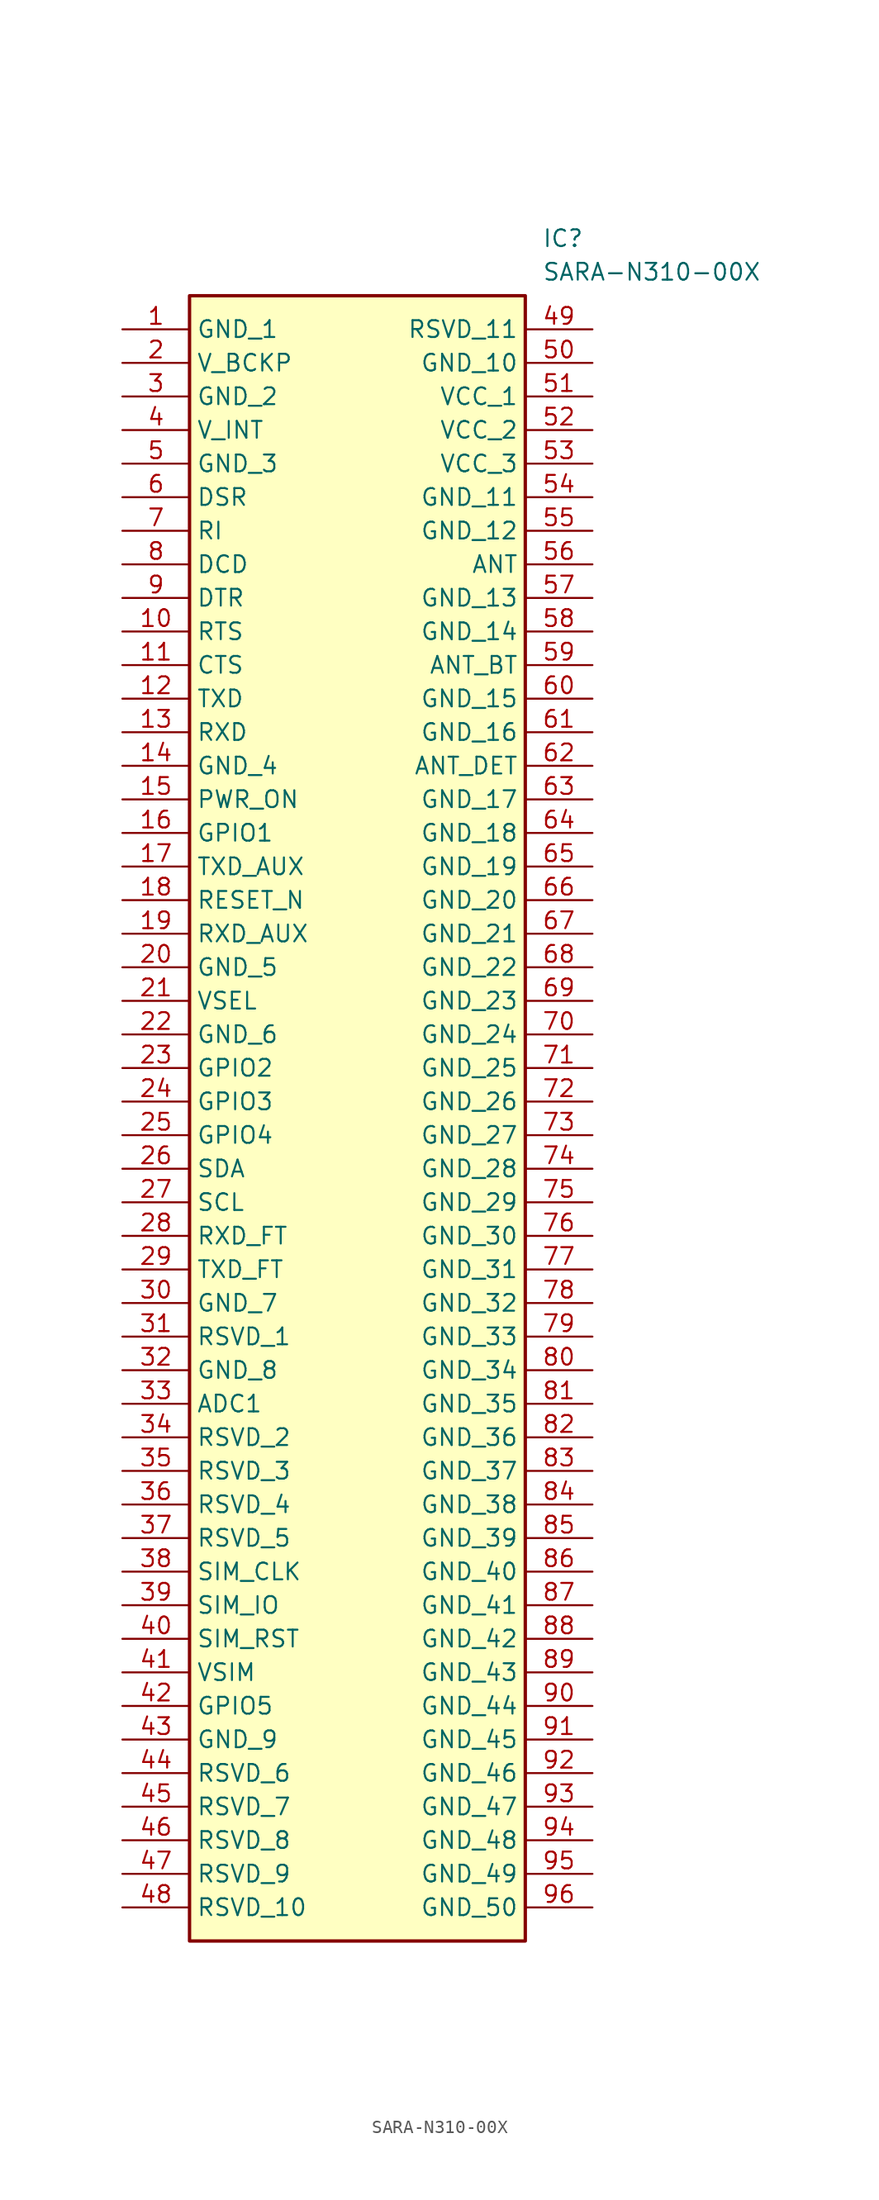
<source format=kicad_sym>
(kicad_symbol_lib
  (version 20211014)
  (generator SamacSys_ECAD_Model)
  (symbol "SARA-N310-00X"
    (property "Reference" "IC"
      (at 31.75 7.62 0)
      (effects (font (size 1.27 1.27)) (justify left top)))
    (property "Value" "SARA-N310-00X"
      (at 31.75 5.08 0)
      (effects (font (size 1.27 1.27)) (justify left top)))
    (rectangle
      (start 5.08 2.54)
      (end 30.48 -121.92)
      (stroke (width 0.254) (type default))
      (fill (type background)))
    (pin passive line
      (at 0 0 0)
      (length 5.08)
      (name "GND_1" (effects (font (size 1.27 1.27))))
      (number "1" (effects (font (size 1.27 1.27)))))
    (pin passive line
      (at 0 -2.54 0)
      (length 5.08)
      (name "V_BCKP" (effects (font (size 1.27 1.27))))
      (number "2" (effects (font (size 1.27 1.27)))))
    (pin passive line
      (at 0 -5.08 0)
      (length 5.08)
      (name "GND_2" (effects (font (size 1.27 1.27))))
      (number "3" (effects (font (size 1.27 1.27)))))
    (pin passive line
      (at 0 -7.62 0)
      (length 5.08)
      (name "V_INT" (effects (font (size 1.27 1.27))))
      (number "4" (effects (font (size 1.27 1.27)))))
    (pin passive line
      (at 0 -10.16 0)
      (length 5.08)
      (name "GND_3" (effects (font (size 1.27 1.27))))
      (number "5" (effects (font (size 1.27 1.27)))))
    (pin passive line
      (at 0 -12.7 0)
      (length 5.08)
      (name "DSR" (effects (font (size 1.27 1.27))))
      (number "6" (effects (font (size 1.27 1.27)))))
    (pin passive line
      (at 0 -15.24 0)
      (length 5.08)
      (name "RI" (effects (font (size 1.27 1.27))))
      (number "7" (effects (font (size 1.27 1.27)))))
    (pin passive line
      (at 0 -17.78 0)
      (length 5.08)
      (name "DCD" (effects (font (size 1.27 1.27))))
      (number "8" (effects (font (size 1.27 1.27)))))
    (pin passive line
      (at 0 -20.32 0)
      (length 5.08)
      (name "DTR" (effects (font (size 1.27 1.27))))
      (number "9" (effects (font (size 1.27 1.27)))))
    (pin passive line
      (at 0 -22.86 0)
      (length 5.08)
      (name "RTS" (effects (font (size 1.27 1.27))))
      (number "10" (effects (font (size 1.27 1.27)))))
    (pin passive line
      (at 0 -25.4 0)
      (length 5.08)
      (name "CTS" (effects (font (size 1.27 1.27))))
      (number "11" (effects (font (size 1.27 1.27)))))
    (pin passive line
      (at 0 -27.94 0)
      (length 5.08)
      (name "TXD" (effects (font (size 1.27 1.27))))
      (number "12" (effects (font (size 1.27 1.27)))))
    (pin passive line
      (at 0 -30.48 0)
      (length 5.08)
      (name "RXD" (effects (font (size 1.27 1.27))))
      (number "13" (effects (font (size 1.27 1.27)))))
    (pin passive line
      (at 0 -33.02 0)
      (length 5.08)
      (name "GND_4" (effects (font (size 1.27 1.27))))
      (number "14" (effects (font (size 1.27 1.27)))))
    (pin passive line
      (at 0 -35.56 0)
      (length 5.08)
      (name "PWR_ON" (effects (font (size 1.27 1.27))))
      (number "15" (effects (font (size 1.27 1.27)))))
    (pin passive line
      (at 0 -38.1 0)
      (length 5.08)
      (name "GPIO1" (effects (font (size 1.27 1.27))))
      (number "16" (effects (font (size 1.27 1.27)))))
    (pin passive line
      (at 0 -40.64 0)
      (length 5.08)
      (name "TXD_AUX" (effects (font (size 1.27 1.27))))
      (number "17" (effects (font (size 1.27 1.27)))))
    (pin passive line
      (at 0 -43.18 0)
      (length 5.08)
      (name "RESET_N" (effects (font (size 1.27 1.27))))
      (number "18" (effects (font (size 1.27 1.27)))))
    (pin passive line
      (at 0 -45.72 0)
      (length 5.08)
      (name "RXD_AUX" (effects (font (size 1.27 1.27))))
      (number "19" (effects (font (size 1.27 1.27)))))
    (pin passive line
      (at 0 -48.26 0)
      (length 5.08)
      (name "GND_5" (effects (font (size 1.27 1.27))))
      (number "20" (effects (font (size 1.27 1.27)))))
    (pin passive line
      (at 0 -50.8 0)
      (length 5.08)
      (name "VSEL" (effects (font (size 1.27 1.27))))
      (number "21" (effects (font (size 1.27 1.27)))))
    (pin passive line
      (at 0 -53.34 0)
      (length 5.08)
      (name "GND_6" (effects (font (size 1.27 1.27))))
      (number "22" (effects (font (size 1.27 1.27)))))
    (pin passive line
      (at 0 -55.88 0)
      (length 5.08)
      (name "GPIO2" (effects (font (size 1.27 1.27))))
      (number "23" (effects (font (size 1.27 1.27)))))
    (pin passive line
      (at 0 -58.42 0)
      (length 5.08)
      (name "GPIO3" (effects (font (size 1.27 1.27))))
      (number "24" (effects (font (size 1.27 1.27)))))
    (pin passive line
      (at 0 -60.96 0)
      (length 5.08)
      (name "GPIO4" (effects (font (size 1.27 1.27))))
      (number "25" (effects (font (size 1.27 1.27)))))
    (pin passive line
      (at 0 -63.5 0)
      (length 5.08)
      (name "SDA" (effects (font (size 1.27 1.27))))
      (number "26" (effects (font (size 1.27 1.27)))))
    (pin passive line
      (at 0 -66.04 0)
      (length 5.08)
      (name "SCL" (effects (font (size 1.27 1.27))))
      (number "27" (effects (font (size 1.27 1.27)))))
    (pin passive line
      (at 0 -68.58 0)
      (length 5.08)
      (name "RXD_FT" (effects (font (size 1.27 1.27))))
      (number "28" (effects (font (size 1.27 1.27)))))
    (pin passive line
      (at 0 -71.12 0)
      (length 5.08)
      (name "TXD_FT" (effects (font (size 1.27 1.27))))
      (number "29" (effects (font (size 1.27 1.27)))))
    (pin passive line
      (at 0 -73.66 0)
      (length 5.08)
      (name "GND_7" (effects (font (size 1.27 1.27))))
      (number "30" (effects (font (size 1.27 1.27)))))
    (pin passive line
      (at 0 -76.2 0)
      (length 5.08)
      (name "RSVD_1" (effects (font (size 1.27 1.27))))
      (number "31" (effects (font (size 1.27 1.27)))))
    (pin passive line
      (at 0 -78.74 0)
      (length 5.08)
      (name "GND_8" (effects (font (size 1.27 1.27))))
      (number "32" (effects (font (size 1.27 1.27)))))
    (pin passive line
      (at 0 -81.28 0)
      (length 5.08)
      (name "ADC1" (effects (font (size 1.27 1.27))))
      (number "33" (effects (font (size 1.27 1.27)))))
    (pin passive line
      (at 0 -83.82 0)
      (length 5.08)
      (name "RSVD_2" (effects (font (size 1.27 1.27))))
      (number "34" (effects (font (size 1.27 1.27)))))
    (pin passive line
      (at 0 -86.36 0)
      (length 5.08)
      (name "RSVD_3" (effects (font (size 1.27 1.27))))
      (number "35" (effects (font (size 1.27 1.27)))))
    (pin passive line
      (at 0 -88.9 0)
      (length 5.08)
      (name "RSVD_4" (effects (font (size 1.27 1.27))))
      (number "36" (effects (font (size 1.27 1.27)))))
    (pin passive line
      (at 0 -91.44 0)
      (length 5.08)
      (name "RSVD_5" (effects (font (size 1.27 1.27))))
      (number "37" (effects (font (size 1.27 1.27)))))
    (pin passive line
      (at 0 -93.98 0)
      (length 5.08)
      (name "SIM_CLK" (effects (font (size 1.27 1.27))))
      (number "38" (effects (font (size 1.27 1.27)))))
    (pin passive line
      (at 0 -96.52 0)
      (length 5.08)
      (name "SIM_IO" (effects (font (size 1.27 1.27))))
      (number "39" (effects (font (size 1.27 1.27)))))
    (pin passive line
      (at 0 -99.06 0)
      (length 5.08)
      (name "SIM_RST" (effects (font (size 1.27 1.27))))
      (number "40" (effects (font (size 1.27 1.27)))))
    (pin passive line
      (at 0 -101.6 0)
      (length 5.08)
      (name "VSIM" (effects (font (size 1.27 1.27))))
      (number "41" (effects (font (size 1.27 1.27)))))
    (pin passive line
      (at 0 -104.14 0)
      (length 5.08)
      (name "GPIO5" (effects (font (size 1.27 1.27))))
      (number "42" (effects (font (size 1.27 1.27)))))
    (pin passive line
      (at 0 -106.68 0)
      (length 5.08)
      (name "GND_9" (effects (font (size 1.27 1.27))))
      (number "43" (effects (font (size 1.27 1.27)))))
    (pin passive line
      (at 0 -109.22 0)
      (length 5.08)
      (name "RSVD_6" (effects (font (size 1.27 1.27))))
      (number "44" (effects (font (size 1.27 1.27)))))
    (pin passive line
      (at 0 -111.76 0)
      (length 5.08)
      (name "RSVD_7" (effects (font (size 1.27 1.27))))
      (number "45" (effects (font (size 1.27 1.27)))))
    (pin passive line
      (at 0 -114.3 0)
      (length 5.08)
      (name "RSVD_8" (effects (font (size 1.27 1.27))))
      (number "46" (effects (font (size 1.27 1.27)))))
    (pin passive line
      (at 0 -116.84 0)
      (length 5.08)
      (name "RSVD_9" (effects (font (size 1.27 1.27))))
      (number "47" (effects (font (size 1.27 1.27)))))
    (pin passive line
      (at 0 -119.38 0)
      (length 5.08)
      (name "RSVD_10" (effects (font (size 1.27 1.27))))
      (number "48" (effects (font (size 1.27 1.27)))))
    (pin passive line
      (at 35.56 0 180)
      (length 5.08)
      (name "RSVD_11" (effects (font (size 1.27 1.27))))
      (number "49" (effects (font (size 1.27 1.27)))))
    (pin passive line
      (at 35.56 -2.54 180)
      (length 5.08)
      (name "GND_10" (effects (font (size 1.27 1.27))))
      (number "50" (effects (font (size 1.27 1.27)))))
    (pin passive line
      (at 35.56 -5.08 180)
      (length 5.08)
      (name "VCC_1" (effects (font (size 1.27 1.27))))
      (number "51" (effects (font (size 1.27 1.27)))))
    (pin passive line
      (at 35.56 -7.62 180)
      (length 5.08)
      (name "VCC_2" (effects (font (size 1.27 1.27))))
      (number "52" (effects (font (size 1.27 1.27)))))
    (pin passive line
      (at 35.56 -10.16 180)
      (length 5.08)
      (name "VCC_3" (effects (font (size 1.27 1.27))))
      (number "53" (effects (font (size 1.27 1.27)))))
    (pin passive line
      (at 35.56 -12.7 180)
      (length 5.08)
      (name "GND_11" (effects (font (size 1.27 1.27))))
      (number "54" (effects (font (size 1.27 1.27)))))
    (pin passive line
      (at 35.56 -15.24 180)
      (length 5.08)
      (name "GND_12" (effects (font (size 1.27 1.27))))
      (number "55" (effects (font (size 1.27 1.27)))))
    (pin passive line
      (at 35.56 -17.78 180)
      (length 5.08)
      (name "ANT" (effects (font (size 1.27 1.27))))
      (number "56" (effects (font (size 1.27 1.27)))))
    (pin passive line
      (at 35.56 -20.32 180)
      (length 5.08)
      (name "GND_13" (effects (font (size 1.27 1.27))))
      (number "57" (effects (font (size 1.27 1.27)))))
    (pin passive line
      (at 35.56 -22.86 180)
      (length 5.08)
      (name "GND_14" (effects (font (size 1.27 1.27))))
      (number "58" (effects (font (size 1.27 1.27)))))
    (pin passive line
      (at 35.56 -25.4 180)
      (length 5.08)
      (name "ANT_BT" (effects (font (size 1.27 1.27))))
      (number "59" (effects (font (size 1.27 1.27)))))
    (pin passive line
      (at 35.56 -27.94 180)
      (length 5.08)
      (name "GND_15" (effects (font (size 1.27 1.27))))
      (number "60" (effects (font (size 1.27 1.27)))))
    (pin passive line
      (at 35.56 -30.48 180)
      (length 5.08)
      (name "GND_16" (effects (font (size 1.27 1.27))))
      (number "61" (effects (font (size 1.27 1.27)))))
    (pin passive line
      (at 35.56 -33.02 180)
      (length 5.08)
      (name "ANT_DET" (effects (font (size 1.27 1.27))))
      (number "62" (effects (font (size 1.27 1.27)))))
    (pin passive line
      (at 35.56 -35.56 180)
      (length 5.08)
      (name "GND_17" (effects (font (size 1.27 1.27))))
      (number "63" (effects (font (size 1.27 1.27)))))
    (pin passive line
      (at 35.56 -38.1 180)
      (length 5.08)
      (name "GND_18" (effects (font (size 1.27 1.27))))
      (number "64" (effects (font (size 1.27 1.27)))))
    (pin passive line
      (at 35.56 -40.64 180)
      (length 5.08)
      (name "GND_19" (effects (font (size 1.27 1.27))))
      (number "65" (effects (font (size 1.27 1.27)))))
    (pin passive line
      (at 35.56 -43.18 180)
      (length 5.08)
      (name "GND_20" (effects (font (size 1.27 1.27))))
      (number "66" (effects (font (size 1.27 1.27)))))
    (pin passive line
      (at 35.56 -45.72 180)
      (length 5.08)
      (name "GND_21" (effects (font (size 1.27 1.27))))
      (number "67" (effects (font (size 1.27 1.27)))))
    (pin passive line
      (at 35.56 -48.26 180)
      (length 5.08)
      (name "GND_22" (effects (font (size 1.27 1.27))))
      (number "68" (effects (font (size 1.27 1.27)))))
    (pin passive line
      (at 35.56 -50.8 180)
      (length 5.08)
      (name "GND_23" (effects (font (size 1.27 1.27))))
      (number "69" (effects (font (size 1.27 1.27)))))
    (pin passive line
      (at 35.56 -53.34 180)
      (length 5.08)
      (name "GND_24" (effects (font (size 1.27 1.27))))
      (number "70" (effects (font (size 1.27 1.27)))))
    (pin passive line
      (at 35.56 -55.88 180)
      (length 5.08)
      (name "GND_25" (effects (font (size 1.27 1.27))))
      (number "71" (effects (font (size 1.27 1.27)))))
    (pin passive line
      (at 35.56 -58.42 180)
      (length 5.08)
      (name "GND_26" (effects (font (size 1.27 1.27))))
      (number "72" (effects (font (size 1.27 1.27)))))
    (pin passive line
      (at 35.56 -60.96 180)
      (length 5.08)
      (name "GND_27" (effects (font (size 1.27 1.27))))
      (number "73" (effects (font (size 1.27 1.27)))))
    (pin passive line
      (at 35.56 -63.5 180)
      (length 5.08)
      (name "GND_28" (effects (font (size 1.27 1.27))))
      (number "74" (effects (font (size 1.27 1.27)))))
    (pin passive line
      (at 35.56 -66.04 180)
      (length 5.08)
      (name "GND_29" (effects (font (size 1.27 1.27))))
      (number "75" (effects (font (size 1.27 1.27)))))
    (pin passive line
      (at 35.56 -68.58 180)
      (length 5.08)
      (name "GND_30" (effects (font (size 1.27 1.27))))
      (number "76" (effects (font (size 1.27 1.27)))))
    (pin passive line
      (at 35.56 -71.12 180)
      (length 5.08)
      (name "GND_31" (effects (font (size 1.27 1.27))))
      (number "77" (effects (font (size 1.27 1.27)))))
    (pin passive line
      (at 35.56 -73.66 180)
      (length 5.08)
      (name "GND_32" (effects (font (size 1.27 1.27))))
      (number "78" (effects (font (size 1.27 1.27)))))
    (pin passive line
      (at 35.56 -76.2 180)
      (length 5.08)
      (name "GND_33" (effects (font (size 1.27 1.27))))
      (number "79" (effects (font (size 1.27 1.27)))))
    (pin passive line
      (at 35.56 -78.74 180)
      (length 5.08)
      (name "GND_34" (effects (font (size 1.27 1.27))))
      (number "80" (effects (font (size 1.27 1.27)))))
    (pin passive line
      (at 35.56 -81.28 180)
      (length 5.08)
      (name "GND_35" (effects (font (size 1.27 1.27))))
      (number "81" (effects (font (size 1.27 1.27)))))
    (pin passive line
      (at 35.56 -83.82 180)
      (length 5.08)
      (name "GND_36" (effects (font (size 1.27 1.27))))
      (number "82" (effects (font (size 1.27 1.27)))))
    (pin passive line
      (at 35.56 -86.36 180)
      (length 5.08)
      (name "GND_37" (effects (font (size 1.27 1.27))))
      (number "83" (effects (font (size 1.27 1.27)))))
    (pin passive line
      (at 35.56 -88.9 180)
      (length 5.08)
      (name "GND_38" (effects (font (size 1.27 1.27))))
      (number "84" (effects (font (size 1.27 1.27)))))
    (pin passive line
      (at 35.56 -91.44 180)
      (length 5.08)
      (name "GND_39" (effects (font (size 1.27 1.27))))
      (number "85" (effects (font (size 1.27 1.27)))))
    (pin passive line
      (at 35.56 -93.98 180)
      (length 5.08)
      (name "GND_40" (effects (font (size 1.27 1.27))))
      (number "86" (effects (font (size 1.27 1.27)))))
    (pin passive line
      (at 35.56 -96.52 180)
      (length 5.08)
      (name "GND_41" (effects (font (size 1.27 1.27))))
      (number "87" (effects (font (size 1.27 1.27)))))
    (pin passive line
      (at 35.56 -99.06 180)
      (length 5.08)
      (name "GND_42" (effects (font (size 1.27 1.27))))
      (number "88" (effects (font (size 1.27 1.27)))))
    (pin passive line
      (at 35.56 -101.6 180)
      (length 5.08)
      (name "GND_43" (effects (font (size 1.27 1.27))))
      (number "89" (effects (font (size 1.27 1.27)))))
    (pin passive line
      (at 35.56 -104.14 180)
      (length 5.08)
      (name "GND_44" (effects (font (size 1.27 1.27))))
      (number "90" (effects (font (size 1.27 1.27)))))
    (pin passive line
      (at 35.56 -106.68 180)
      (length 5.08)
      (name "GND_45" (effects (font (size 1.27 1.27))))
      (number "91" (effects (font (size 1.27 1.27)))))
    (pin passive line
      (at 35.56 -109.22 180)
      (length 5.08)
      (name "GND_46" (effects (font (size 1.27 1.27))))
      (number "92" (effects (font (size 1.27 1.27)))))
    (pin passive line
      (at 35.56 -111.76 180)
      (length 5.08)
      (name "GND_47" (effects (font (size 1.27 1.27))))
      (number "93" (effects (font (size 1.27 1.27)))))
    (pin passive line
      (at 35.56 -114.3 180)
      (length 5.08)
      (name "GND_48" (effects (font (size 1.27 1.27))))
      (number "94" (effects (font (size 1.27 1.27)))))
    (pin passive line
      (at 35.56 -116.84 180)
      (length 5.08)
      (name "GND_49" (effects (font (size 1.27 1.27))))
      (number "95" (effects (font (size 1.27 1.27)))))
    (pin passive line
      (at 35.56 -119.38 180)
      (length 5.08)
      (name "GND_50" (effects (font (size 1.27 1.27))))
      (number "96" (effects (font (size 1.27 1.27)))))))
</source>
